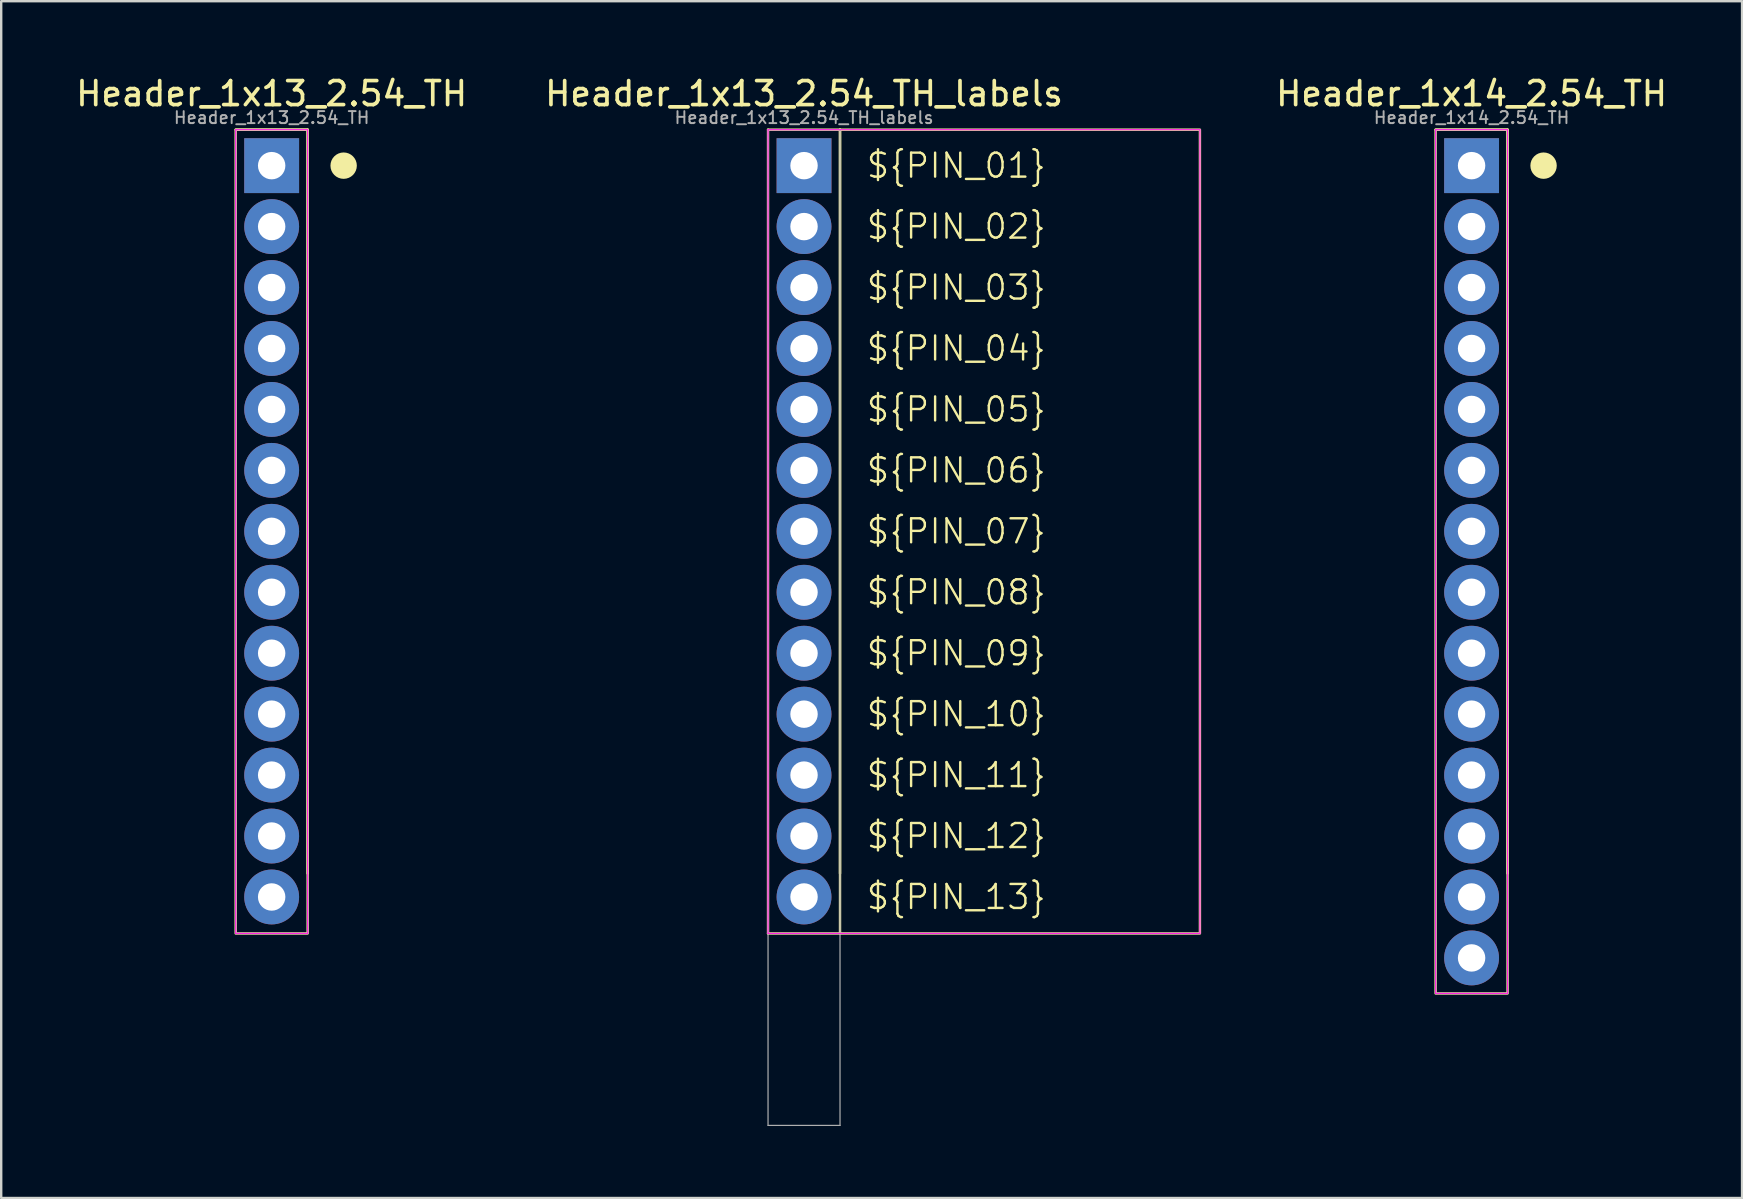
<source format=kicad_pcb>
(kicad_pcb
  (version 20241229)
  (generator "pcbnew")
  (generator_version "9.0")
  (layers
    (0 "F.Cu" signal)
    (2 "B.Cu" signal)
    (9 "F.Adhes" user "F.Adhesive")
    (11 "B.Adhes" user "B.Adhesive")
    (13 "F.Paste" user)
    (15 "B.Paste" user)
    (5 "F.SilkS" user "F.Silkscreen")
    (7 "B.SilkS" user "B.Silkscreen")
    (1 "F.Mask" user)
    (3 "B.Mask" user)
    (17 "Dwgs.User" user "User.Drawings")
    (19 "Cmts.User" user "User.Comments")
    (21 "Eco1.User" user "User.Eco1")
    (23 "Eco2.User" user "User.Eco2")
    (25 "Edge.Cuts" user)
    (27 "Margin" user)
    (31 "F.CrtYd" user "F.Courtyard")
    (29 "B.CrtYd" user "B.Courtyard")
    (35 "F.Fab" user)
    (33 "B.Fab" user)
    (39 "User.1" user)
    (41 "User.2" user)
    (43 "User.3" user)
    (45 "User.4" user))
  (footprint "Header_1x13_2.54_TH_labels"
    (layer "F.Cu")
    (at 30.46 3.854)
    (property "Reference" "Header_1x13_2.54_TH_labels" (at 0 -3 0) (layer "F.SilkS") (effects (font (size 1 1) (thickness 0.153))))
    (attr through_hole)
    (fp_line (start -1.5 -1.5) (end 1.5 -1.5) (stroke (width 0.1) (type default)) (layer "F.SilkS"))
    (fp_line (start -1.5 32) (end -1.5 -1.5) (stroke (width 0.1) (type default)) (layer "F.SilkS"))
    (fp_line (start 1.5 -1.5) (end 1.5 29.5) (stroke (width 0.1) (type default)) (layer "F.SilkS"))
    (fp_line (start 1.5 32) (end -1.5 32) (stroke (width 0.1) (type default)) (layer "F.SilkS"))
    (fp_rect (start 1.5 -1.5) (end 16.5 32) (stroke (width 0.1) (type default)) (fill no) (layer "F.SilkS"))
    (fp_line (start -1.5 -1.5) (end 16.5 -1.5) (stroke (width 0.05) (type default)) (layer "F.CrtYd"))
    (fp_line (start -1.5 32) (end -1.5 -1.5) (stroke (width 0.05) (type default)) (layer "F.CrtYd"))
    (fp_line (start 16.5 -1.5) (end 16.5 32) (stroke (width 0.05) (type default)) (layer "F.CrtYd"))
    (fp_line (start 16.5 32) (end -1.5 32) (stroke (width 0.05) (type default)) (layer "F.CrtYd"))
    (fp_line (start -1.5 -1.5) (end 1.5 -1.5) (stroke (width 0.05) (type default)) (layer "F.Fab"))
    (fp_line (start -1.5 40) (end -1.5 -1.5) (stroke (width 0.05) (type default)) (layer "F.Fab"))
    (fp_line (start 1.5 -1.5) (end 1.5 40) (stroke (width 0.05) (type default)) (layer "F.Fab"))
    (fp_line (start 1.5 40) (end -1.5 40) (stroke (width 0.05) (type default)) (layer "F.Fab"))
    (fp_text user "${PIN_11}" (at 2.54 25.4 0) (unlocked yes) (layer "F.SilkS") (effects (font (size 1 1) (thickness 0.1)) (justify left)))
    (fp_text user "${PIN_04}" (at 2.54 7.62 0) (unlocked yes) (layer "F.SilkS") (effects (font (size 1 1) (thickness 0.1)) (justify left)))
    (fp_text user "${PIN_03}" (at 2.54 5.08 0) (unlocked yes) (layer "F.SilkS") (effects (font (size 1 1) (thickness 0.1)) (justify left)))
    (fp_text user "${PIN_01}" (at 2.54 0 0) (unlocked yes) (layer "F.SilkS") (effects (font (size 1 1) (thickness 0.1)) (justify left)))
    (fp_text user "${PIN_06}" (at 2.54 12.7 0) (unlocked yes) (layer "F.SilkS") (effects (font (size 1 1) (thickness 0.1)) (justify left)))
    (fp_text user "${PIN_08}" (at 2.54 17.78 0) (unlocked yes) (layer "F.SilkS") (effects (font (size 1 1) (thickness 0.1)) (justify left)))
    (fp_text user "${PIN_10}" (at 2.54 22.86 0) (unlocked yes) (layer "F.SilkS") (effects (font (size 1 1) (thickness 0.1)) (justify left)))
    (fp_text user "${PIN_12}" (at 2.54 27.94 0) (unlocked yes) (layer "F.SilkS") (effects (font (size 1 1) (thickness 0.1)) (justify left)))
    (fp_text user "${PIN_13}" (at 2.54 30.48 0) (unlocked yes) (layer "F.SilkS") (effects (font (size 1 1) (thickness 0.1)) (justify left)))
    (fp_text user "${PIN_07}" (at 2.54 15.24 0) (unlocked yes) (layer "F.SilkS") (effects (font (size 1 1) (thickness 0.1)) (justify left)))
    (fp_text user "${PIN_09}" (at 2.54 20.32 0) (unlocked yes) (layer "F.SilkS") (effects (font (size 1 1) (thickness 0.1)) (justify left)))
    (fp_text user "${PIN_02}" (at 2.54 2.54 0) (unlocked yes) (layer "F.SilkS") (effects (font (size 1 1) (thickness 0.1)) (justify left)))
    (fp_text user "${PIN_05}" (at 2.54 10.16 0) (unlocked yes) (layer "F.SilkS") (effects (font (size 1 1) (thickness 0.1)) (justify left)))
    (fp_text user "${REFERENCE}" (at 0 -2 0) (layer "F.Fab") (effects (font (size 0.5 0.5) (thickness 0.08))))
    (pad "1" thru_hole rect (at 0 0) (size 2.286 2.286) (drill 1.143) (layers "*.Cu" "*.Mask"))
    (pad "2" thru_hole circle (at 0 2.54) (size 2.286 2.286) (drill 1.143) (layers "*.Cu" "*.Mask"))
    (pad "3" thru_hole circle (at 0 5.08) (size 2.286 2.286) (drill 1.143) (layers "*.Cu" "*.Mask"))
    (pad "4" thru_hole circle (at 0 7.62) (size 2.286 2.286) (drill 1.143) (layers "*.Cu" "*.Mask"))
    (pad "5" thru_hole circle (at 0 10.16) (size 2.286 2.286) (drill 1.143) (layers "*.Cu" "*.Mask"))
    (pad "6" thru_hole circle (at 0 12.7) (size 2.286 2.286) (drill 1.143) (layers "*.Cu" "*.Mask"))
    (pad "7" thru_hole circle (at 0 15.24) (size 2.286 2.286) (drill 1.143) (layers "*.Cu" "*.Mask"))
    (pad "8" thru_hole circle (at 0 17.78) (size 2.286 2.286) (drill 1.143) (layers "*.Cu" "*.Mask"))
    (pad "9" thru_hole circle (at 0 20.32) (size 2.286 2.286) (drill 1.143) (layers "*.Cu" "*.Mask"))
    (pad "10" thru_hole circle (at 0 22.86) (size 2.286 2.286) (drill 1.143) (layers "*.Cu" "*.Mask"))
    (pad "11" thru_hole circle (at 0 25.4) (size 2.286 2.286) (drill 1.143) (layers "*.Cu" "*.Mask"))
    (pad "12" thru_hole circle (at 0 27.94) (size 2.286 2.286) (drill 1.143) (layers "*.Cu" "*.Mask"))
    (pad "13" thru_hole circle (at 0 30.48) (size 2.286 2.286) (drill 1.143) (layers "*.Cu" "*.Mask")))
  (footprint "Header_1x14_2.54_TH"
    (layer "F.Cu")
    (at 58.282 3.854)
    (property "Reference" "Header_1x14_2.54_TH" (at 0 -3 0) (layer "F.SilkS") (effects (font (size 1 1) (thickness 0.153))))
    (attr through_hole)
    (fp_line (start -1.5 -1.5) (end 1.5 -1.5) (stroke (width 0.1) (type default)) (layer "F.SilkS"))
    (fp_line (start 1.5 -1.5) (end 1.5 29.5) (stroke (width 0.1) (type default)) (layer "F.SilkS"))
    (fp_rect (start -1.5 -1.5) (end 1.5 34.5) (stroke (width 0.1) (type default)) (fill no) (layer "F.SilkS"))
    (fp_circle (center 3 0) (end 3.5 0) (stroke (width 0.1) (type solid)) (fill yes) (layer "F.SilkS"))
    (fp_line (start -1.5 -1.5) (end 1.5 -1.5) (stroke (width 0.05) (type default)) (layer "F.CrtYd"))
    (fp_line (start -1.5 34.5) (end -1.5 -1.5) (stroke (width 0.05) (type default)) (layer "F.CrtYd"))
    (fp_line (start 1.5 -1.5) (end 1.5 34.5) (stroke (width 0.05) (type default)) (layer "F.CrtYd"))
    (fp_line (start 1.5 34.5) (end -1.5 34.5) (stroke (width 0.05) (type default)) (layer "F.CrtYd"))
    (fp_line (start -1.5 -1.5) (end 1.5 -1.5) (stroke (width 0.05) (type default)) (layer "F.Fab"))
    (fp_line (start -1.5 34.5) (end -1.5 -1.5) (stroke (width 0.05) (type default)) (layer "F.Fab"))
    (fp_line (start 1.5 -1.5) (end 1.5 34.5) (stroke (width 0.05) (type default)) (layer "F.Fab"))
    (fp_line (start 1.5 34.5) (end -1.5 34.5) (stroke (width 0.05) (type default)) (layer "F.Fab"))
    (fp_text user "${REFERENCE}" (at 0 -2 0) (layer "F.Fab") (effects (font (size 0.5 0.5) (thickness 0.08))))
    (pad "1" thru_hole rect (at 0 0) (size 2.286 2.286) (drill 1.143) (layers "*.Cu" "*.Mask"))
    (pad "2" thru_hole circle (at 0 2.54) (size 2.286 2.286) (drill 1.143) (layers "*.Cu" "*.Mask"))
    (pad "3" thru_hole circle (at 0 5.08) (size 2.286 2.286) (drill 1.143) (layers "*.Cu" "*.Mask"))
    (pad "4" thru_hole circle (at 0 7.62) (size 2.286 2.286) (drill 1.143) (layers "*.Cu" "*.Mask"))
    (pad "5" thru_hole circle (at 0 10.16) (size 2.286 2.286) (drill 1.143) (layers "*.Cu" "*.Mask"))
    (pad "6" thru_hole circle (at 0 12.7) (size 2.286 2.286) (drill 1.143) (layers "*.Cu" "*.Mask"))
    (pad "7" thru_hole circle (at 0 15.24) (size 2.286 2.286) (drill 1.143) (layers "*.Cu" "*.Mask"))
    (pad "8" thru_hole circle (at 0 17.78) (size 2.286 2.286) (drill 1.143) (layers "*.Cu" "*.Mask"))
    (pad "9" thru_hole circle (at 0 20.32) (size 2.286 2.286) (drill 1.143) (layers "*.Cu" "*.Mask"))
    (pad "10" thru_hole circle (at 0 22.86) (size 2.286 2.286) (drill 1.143) (layers "*.Cu" "*.Mask"))
    (pad "11" thru_hole circle (at 0 25.4) (size 2.286 2.286) (drill 1.143) (layers "*.Cu" "*.Mask"))
    (pad "12" thru_hole circle (at 0 27.94) (size 2.286 2.286) (drill 1.143) (layers "*.Cu" "*.Mask"))
    (pad "13" thru_hole circle (at 0 30.48) (size 2.286 2.286) (drill 1.143) (layers "*.Cu" "*.Mask"))
    (pad "14" thru_hole circle (at 0 33.02) (size 2.286 2.286) (drill 1.143) (layers "*.Cu" "*.Mask")))
  (footprint "Header_1x13_2.54_TH"
    (layer "F.Cu")
    (at 8.272 3.854)
    (property "Reference" "Header_1x13_2.54_TH" (at 0 -3 0) (layer "F.SilkS") (effects (font (size 1 1) (thickness 0.153))))
    (attr through_hole)
    (fp_line (start -1.5 -1.5) (end 1.5 -1.5) (stroke (width 0.1) (type default)) (layer "F.SilkS"))
    (fp_line (start 1.5 -1.5) (end 1.5 29.5) (stroke (width 0.1) (type default)) (layer "F.SilkS"))
    (fp_rect (start -1.5 -1.5) (end 1.5 32) (stroke (width 0.1) (type default)) (fill no) (layer "F.SilkS"))
    (fp_circle (center 3 0) (end 3.5 0) (stroke (width 0.1) (type solid)) (fill yes) (layer "F.SilkS"))
    (fp_line (start -1.5 -1.5) (end 1.5 -1.5) (stroke (width 0.05) (type default)) (layer "F.CrtYd"))
    (fp_line (start -1.5 32) (end -1.5 -1.5) (stroke (width 0.05) (type default)) (layer "F.CrtYd"))
    (fp_line (start 1.5 -1.5) (end 1.5 32) (stroke (width 0.05) (type default)) (layer "F.CrtYd"))
    (fp_line (start 1.5 32) (end -1.5 32) (stroke (width 0.05) (type default)) (layer "F.CrtYd"))
    (fp_line (start -1.5 -1.5) (end 1.5 -1.5) (stroke (width 0.05) (type default)) (layer "F.Fab"))
    (fp_line (start -1.5 32) (end -1.5 -1.5) (stroke (width 0.05) (type default)) (layer "F.Fab"))
    (fp_line (start 1.5 -1.5) (end 1.5 32) (stroke (width 0.05) (type default)) (layer "F.Fab"))
    (fp_line (start 1.5 32) (end -1.5 32) (stroke (width 0.05) (type default)) (layer "F.Fab"))
    (fp_text user "${REFERENCE}" (at 0 -2 0) (layer "F.Fab") (effects (font (size 0.5 0.5) (thickness 0.08))))
    (pad "1" thru_hole rect (at 0 0) (size 2.286 2.286) (drill 1.143) (layers "*.Cu" "*.Mask"))
    (pad "2" thru_hole circle (at 0 2.54) (size 2.286 2.286) (drill 1.143) (layers "*.Cu" "*.Mask"))
    (pad "3" thru_hole circle (at 0 5.08) (size 2.286 2.286) (drill 1.143) (layers "*.Cu" "*.Mask"))
    (pad "4" thru_hole circle (at 0 7.62) (size 2.286 2.286) (drill 1.143) (layers "*.Cu" "*.Mask"))
    (pad "5" thru_hole circle (at 0 10.16) (size 2.286 2.286) (drill 1.143) (layers "*.Cu" "*.Mask"))
    (pad "6" thru_hole circle (at 0 12.7) (size 2.286 2.286) (drill 1.143) (layers "*.Cu" "*.Mask"))
    (pad "7" thru_hole circle (at 0 15.24) (size 2.286 2.286) (drill 1.143) (layers "*.Cu" "*.Mask"))
    (pad "8" thru_hole circle (at 0 17.78) (size 2.286 2.286) (drill 1.143) (layers "*.Cu" "*.Mask"))
    (pad "9" thru_hole circle (at 0 20.32) (size 2.286 2.286) (drill 1.143) (layers "*.Cu" "*.Mask"))
    (pad "10" thru_hole circle (at 0 22.86) (size 2.286 2.286) (drill 1.143) (layers "*.Cu" "*.Mask"))
    (pad "11" thru_hole circle (at 0 25.4) (size 2.286 2.286) (drill 1.143) (layers "*.Cu" "*.Mask"))
    (pad "12" thru_hole circle (at 0 27.94) (size 2.286 2.286) (drill 1.143) (layers "*.Cu" "*.Mask"))
    (pad "13" thru_hole circle (at 0 30.48) (size 2.286 2.286) (drill 1.143) (layers "*.Cu" "*.Mask")))
  (gr_rect
    (start -3 -3)
    (end 69.555 46.879)
    (stroke (width 0.1) (type default))
    (fill no)
    (layer "Edge.Cuts")))
</source>
